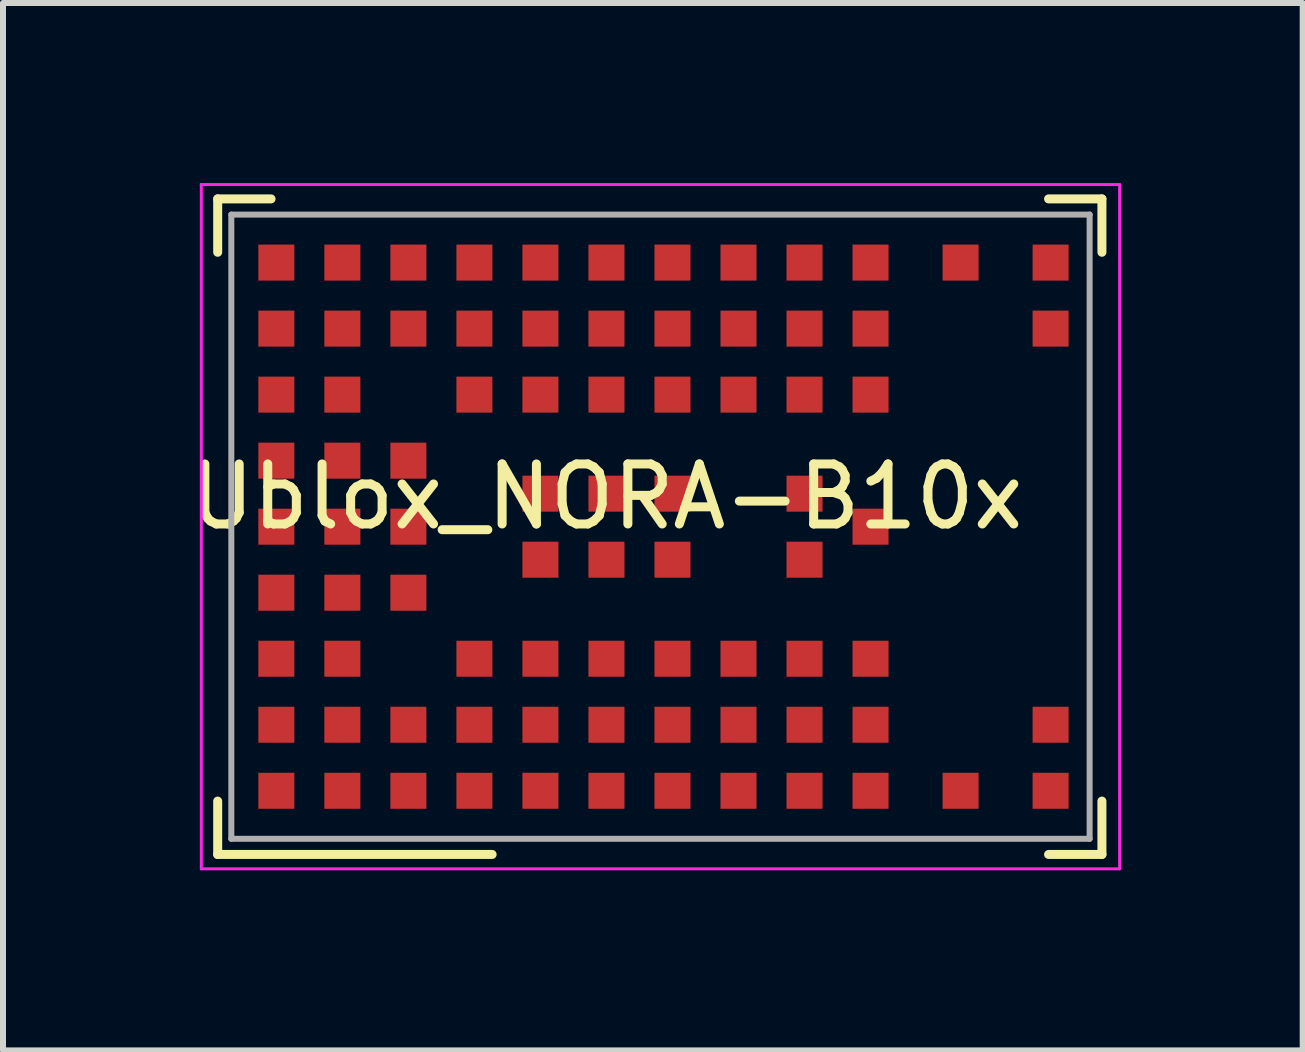
<source format=kicad_pcb>
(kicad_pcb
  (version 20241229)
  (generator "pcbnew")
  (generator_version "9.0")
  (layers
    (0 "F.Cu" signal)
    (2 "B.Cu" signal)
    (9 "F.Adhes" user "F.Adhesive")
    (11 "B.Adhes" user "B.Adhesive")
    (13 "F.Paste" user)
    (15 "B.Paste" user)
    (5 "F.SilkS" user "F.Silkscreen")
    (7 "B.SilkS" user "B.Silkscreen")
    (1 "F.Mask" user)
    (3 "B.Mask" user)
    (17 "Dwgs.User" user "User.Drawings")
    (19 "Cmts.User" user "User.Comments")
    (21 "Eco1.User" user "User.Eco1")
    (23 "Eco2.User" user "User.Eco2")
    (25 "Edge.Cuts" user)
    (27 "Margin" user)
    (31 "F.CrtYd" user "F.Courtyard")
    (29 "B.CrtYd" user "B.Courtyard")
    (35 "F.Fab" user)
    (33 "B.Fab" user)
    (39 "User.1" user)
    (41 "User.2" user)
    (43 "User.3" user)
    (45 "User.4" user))
  (footprint "Ublox_NORA-B10x"
    (layer "F.Cu")
    (at 7.054 5.725)
    (property "Reference" "Ublox_NORA-B10x" (at 0 -0.5 0) (unlocked yes) (layer "F.SilkS") (effects (font (size 1 1) (thickness 0.15))))
    (attr smd)
    (fp_line (start -6.477 -5.461) (end -6.477 -4.572) (stroke (width 0.15) (type solid)) (layer "F.SilkS"))
    (fp_line (start -6.477 -5.461) (end -5.588 -5.461) (stroke (width 0.15) (type solid)) (layer "F.SilkS"))
    (fp_line (start -6.477 4.572) (end -6.477 5.461) (stroke (width 0.15) (type solid)) (layer "F.SilkS"))
    (fp_line (start -6.477 5.461) (end -1.905 5.461) (stroke (width 0.15) (type solid)) (layer "F.SilkS"))
    (fp_line (start 8.255 -5.461) (end 7.366 -5.461) (stroke (width 0.15) (type solid)) (layer "F.SilkS"))
    (fp_line (start 8.255 -5.461) (end 8.255 -4.572) (stroke (width 0.15) (type solid)) (layer "F.SilkS"))
    (fp_line (start 8.255 5.461) (end 7.366 5.461) (stroke (width 0.15) (type solid)) (layer "F.SilkS"))
    (fp_line (start 8.255 5.461) (end 8.255 4.572) (stroke (width 0.15) (type solid)) (layer "F.SilkS"))
    (fp_line (start -6.75 -5.7) (end 8.55 -5.7) (stroke (width 0.05) (type solid)) (layer "F.CrtYd"))
    (fp_line (start -6.75 5.7) (end -6.75 -5.7) (stroke (width 0.05) (type solid)) (layer "F.CrtYd"))
    (fp_line (start 8.55 -5.7) (end 8.55 5.7) (stroke (width 0.05) (type solid)) (layer "F.CrtYd"))
    (fp_line (start 8.55 5.7) (end -6.75 5.7) (stroke (width 0.05) (type solid)) (layer "F.CrtYd"))
    (fp_line (start -6.25 -5.2) (end -6.25 5.2) (stroke (width 0.1) (type solid)) (layer "F.Fab"))
    (fp_line (start -6.25 5.2) (end 8.05 5.2) (stroke (width 0.1) (type solid)) (layer "F.Fab"))
    (fp_line (start 8.05 -5.2) (end -6.25 -5.2) (stroke (width 0.1) (type solid)) (layer "F.Fab"))
    (fp_line (start 8.05 5.2) (end 8.05 -5.2) (stroke (width 0.1) (type solid)) (layer "F.Fab"))
    (pad "A1" smd rect (at -5.5 4.4) (size 0.6 0.6) (layers "F.Cu" "F.Mask" "F.Paste"))
    (pad "A2" smd rect (at -5.5 3.3) (size 0.6 0.6) (layers "F.Cu" "F.Mask" "F.Paste"))
    (pad "A3" smd rect (at -5.5 2.2) (size 0.6 0.6) (layers "F.Cu" "F.Mask" "F.Paste"))
    (pad "A4" smd rect (at -5.5 1.1) (size 0.6 0.6) (layers "F.Cu" "F.Mask" "F.Paste"))
    (pad "A5" smd rect (at -5.5 0) (size 0.6 0.6) (layers "F.Cu" "F.Mask" "F.Paste"))
    (pad "A6" smd rect (at -5.5 -1.1) (size 0.6 0.6) (layers "F.Cu" "F.Mask" "F.Paste"))
    (pad "A7" smd rect (at -5.5 -2.2) (size 0.6 0.6) (layers "F.Cu" "F.Mask" "F.Paste"))
    (pad "A8" smd rect (at -5.5 -3.3) (size 0.6 0.6) (layers "F.Cu" "F.Mask" "F.Paste"))
    (pad "A9" smd rect (at -5.5 -4.4) (size 0.6 0.6) (layers "F.Cu" "F.Mask" "F.Paste"))
    (pad "B1" smd rect (at -4.4 4.4) (size 0.6 0.6) (layers "F.Cu" "F.Mask" "F.Paste"))
    (pad "B2" smd rect (at -4.4 3.3) (size 0.6 0.6) (layers "F.Cu" "F.Mask" "F.Paste"))
    (pad "B3" smd rect (at -4.4 2.2) (size 0.6 0.6) (layers "F.Cu" "F.Mask" "F.Paste"))
    (pad "B4" smd rect (at -4.4 1.1) (size 0.6 0.6) (layers "F.Cu" "F.Mask" "F.Paste"))
    (pad "B5" smd rect (at -4.4 0) (size 0.6 0.6) (layers "F.Cu" "F.Mask" "F.Paste"))
    (pad "B6" smd rect (at -4.4 -1.1) (size 0.6 0.6) (layers "F.Cu" "F.Mask" "F.Paste"))
    (pad "B7" smd rect (at -4.4 -2.2) (size 0.6 0.6) (layers "F.Cu" "F.Mask" "F.Paste"))
    (pad "B8" smd rect (at -4.4 -3.3) (size 0.6 0.6) (layers "F.Cu" "F.Mask" "F.Paste"))
    (pad "B9" smd rect (at -4.4 -4.4) (size 0.6 0.6) (layers "F.Cu" "F.Mask" "F.Paste"))
    (pad "C1" smd rect (at -3.3 4.4 180) (size 0.6 0.6) (layers "F.Cu" "F.Mask" "F.Paste"))
    (pad "C2" smd rect (at -3.3 3.3 180) (size 0.6 0.6) (layers "F.Cu" "F.Mask" "F.Paste"))
    (pad "C4" smd rect (at -3.3 1.1) (size 0.6 0.6) (layers "F.Cu" "F.Mask" "F.Paste"))
    (pad "C5" smd rect (at -3.3 0) (size 0.6 0.6) (layers "F.Cu" "F.Mask" "F.Paste"))
    (pad "C6" smd rect (at -3.3 -1.1) (size 0.6 0.6) (layers "F.Cu" "F.Mask" "F.Paste"))
    (pad "C8" smd rect (at -3.3 -3.3) (size 0.6 0.6) (layers "F.Cu" "F.Mask" "F.Paste"))
    (pad "C9" smd rect (at -3.3 -4.4) (size 0.6 0.6) (layers "F.Cu" "F.Mask" "F.Paste"))
    (pad "D1" smd rect (at -2.2 4.4 180) (size 0.6 0.6) (layers "F.Cu" "F.Mask" "F.Paste"))
    (pad "D2" smd rect (at -2.2 3.3 180) (size 0.6 0.6) (layers "F.Cu" "F.Mask" "F.Paste"))
    (pad "D3" smd rect (at -2.2 2.2 180) (size 0.6 0.6) (layers "F.Cu" "F.Mask" "F.Paste"))
    (pad "D7" smd rect (at -2.2 -2.2) (size 0.6 0.6) (layers "F.Cu" "F.Mask" "F.Paste"))
    (pad "D8" smd rect (at -2.2 -3.3) (size 0.6 0.6) (layers "F.Cu" "F.Mask" "F.Paste"))
    (pad "D9" smd rect (at -2.2 -4.4) (size 0.6 0.6) (layers "F.Cu" "F.Mask" "F.Paste"))
    (pad "E1" smd rect (at -1.1 4.4 180) (size 0.6 0.6) (layers "F.Cu" "F.Mask" "F.Paste"))
    (pad "E2" smd rect (at -1.1 3.3 180) (size 0.6 0.6) (layers "F.Cu" "F.Mask" "F.Paste"))
    (pad "E3" smd rect (at -1.1 2.2 180) (size 0.6 0.6) (layers "F.Cu" "F.Mask" "F.Paste"))
    (pad "E4" smd rect (at -1.1 0.55) (size 0.6 0.6) (layers "F.Cu" "F.Mask" "F.Paste"))
    (pad "E5" smd rect (at -1.1 -0.55) (size 0.6 0.6) (layers "F.Cu" "F.Mask" "F.Paste"))
    (pad "E7" smd rect (at -1.1 -2.2) (size 0.6 0.6) (layers "F.Cu" "F.Mask" "F.Paste"))
    (pad "E8" smd rect (at -1.1 -3.3) (size 0.6 0.6) (layers "F.Cu" "F.Mask" "F.Paste"))
    (pad "E9" smd rect (at -1.1 -4.4) (size 0.6 0.6) (layers "F.Cu" "F.Mask" "F.Paste"))
    (pad "F1" smd rect (at 0 4.4 180) (size 0.6 0.6) (layers "F.Cu" "F.Mask" "F.Paste"))
    (pad "F2" smd rect (at 0 3.3 180) (size 0.6 0.6) (layers "F.Cu" "F.Mask" "F.Paste"))
    (pad "F3" smd rect (at 0 2.2 180) (size 0.6 0.6) (layers "F.Cu" "F.Mask" "F.Paste"))
    (pad "F4" smd rect (at 0 0.55) (size 0.6 0.6) (layers "F.Cu" "F.Mask" "F.Paste"))
    (pad "F5" smd rect (at 0 -0.55) (size 0.6 0.6) (layers "F.Cu" "F.Mask" "F.Paste"))
    (pad "F7" smd rect (at 0 -2.2) (size 0.6 0.6) (layers "F.Cu" "F.Mask" "F.Paste"))
    (pad "F8" smd rect (at 0 -3.3) (size 0.6 0.6) (layers "F.Cu" "F.Mask" "F.Paste"))
    (pad "F9" smd rect (at 0 -4.4) (size 0.6 0.6) (layers "F.Cu" "F.Mask" "F.Paste"))
    (pad "G1" smd rect (at 1.1 4.4 180) (size 0.6 0.6) (layers "F.Cu" "F.Mask" "F.Paste"))
    (pad "G2" smd rect (at 1.1 3.3 180) (size 0.6 0.6) (layers "F.Cu" "F.Mask" "F.Paste"))
    (pad "G3" smd rect (at 1.1 2.2 180) (size 0.6 0.6) (layers "F.Cu" "F.Mask" "F.Paste"))
    (pad "G4" smd rect (at 1.1 0.55) (size 0.6 0.6) (layers "F.Cu" "F.Mask" "F.Paste"))
    (pad "G5" smd rect (at 1.1 -0.55) (size 0.6 0.6) (layers "F.Cu" "F.Mask" "F.Paste"))
    (pad "G7" smd rect (at 1.1 -2.2) (size 0.6 0.6) (layers "F.Cu" "F.Mask" "F.Paste"))
    (pad "G8" smd rect (at 1.1 -3.3) (size 0.6 0.6) (layers "F.Cu" "F.Mask" "F.Paste"))
    (pad "G9" smd rect (at 1.1 -4.4) (size 0.6 0.6) (layers "F.Cu" "F.Mask" "F.Paste"))
    (pad "H1" smd rect (at 2.2 4.4 180) (size 0.6 0.6) (layers "F.Cu" "F.Mask" "F.Paste"))
    (pad "H2" smd rect (at 2.2 3.3 180) (size 0.6 0.6) (layers "F.Cu" "F.Mask" "F.Paste"))
    (pad "H3" smd rect (at 2.2 2.2 180) (size 0.6 0.6) (layers "F.Cu" "F.Mask" "F.Paste"))
    (pad "H7" smd rect (at 2.2 -2.2) (size 0.6 0.6) (layers "F.Cu" "F.Mask" "F.Paste"))
    (pad "H8" smd rect (at 2.2 -3.3) (size 0.6 0.6) (layers "F.Cu" "F.Mask" "F.Paste"))
    (pad "H9" smd rect (at 2.2 -4.4) (size 0.6 0.6) (layers "F.Cu" "F.Mask" "F.Paste"))
    (pad "J1" smd rect (at 3.3 4.4 180) (size 0.6 0.6) (layers "F.Cu" "F.Mask" "F.Paste"))
    (pad "J2" smd rect (at 3.3 3.3 180) (size 0.6 0.6) (layers "F.Cu" "F.Mask" "F.Paste"))
    (pad "J3" smd rect (at 3.3 2.2 180) (size 0.6 0.6) (layers "F.Cu" "F.Mask" "F.Paste"))
    (pad "J4" smd rect (at 3.3 0.55) (size 0.6 0.6) (layers "F.Cu" "F.Mask" "F.Paste"))
    (pad "J5" smd rect (at 3.3 -0.55) (size 0.6 0.6) (layers "F.Cu" "F.Mask" "F.Paste"))
    (pad "J7" smd rect (at 3.3 -2.2) (size 0.6 0.6) (layers "F.Cu" "F.Mask" "F.Paste"))
    (pad "J8" smd rect (at 3.3 -3.3) (size 0.6 0.6) (layers "F.Cu" "F.Mask" "F.Paste"))
    (pad "J9" smd rect (at 3.3 -4.4) (size 0.6 0.6) (layers "F.Cu" "F.Mask" "F.Paste"))
    (pad "K1" smd rect (at 4.4 4.4 180) (size 0.6 0.6) (layers "F.Cu" "F.Mask" "F.Paste"))
    (pad "K2" smd rect (at 4.4 3.3 180) (size 0.6 0.6) (layers "F.Cu" "F.Mask" "F.Paste"))
    (pad "K3" smd rect (at 4.4 2.2 180) (size 0.6 0.6) (layers "F.Cu" "F.Mask" "F.Paste"))
    (pad "K5" smd rect (at 4.4 0) (size 0.6 0.6) (layers "F.Cu" "F.Mask" "F.Paste"))
    (pad "K7" smd rect (at 4.4 -2.2) (size 0.6 0.6) (layers "F.Cu" "F.Mask" "F.Paste"))
    (pad "K8" smd rect (at 4.4 -3.3) (size 0.6 0.6) (layers "F.Cu" "F.Mask" "F.Paste"))
    (pad "K9" smd rect (at 4.4 -4.4) (size 0.6 0.6) (layers "F.Cu" "F.Mask" "F.Paste"))
    (pad "L1" smd rect (at 5.9 4.4 270) (size 0.6 0.6) (layers "F.Cu" "F.Mask" "F.Paste"))
    (pad "L9" smd rect (at 5.9 -4.4) (size 0.6 0.6) (layers "F.Cu" "F.Mask" "F.Paste"))
    (pad "M1" smd rect (at 7.4 4.4 270) (size 0.6 0.6) (layers "F.Cu" "F.Mask" "F.Paste"))
    (pad "M2" smd rect (at 7.4 3.3 270) (size 0.6 0.6) (layers "F.Cu" "F.Mask" "F.Paste"))
    (pad "M8" smd rect (at 7.4 -3.3) (size 0.6 0.6) (layers "F.Cu" "F.Mask" "F.Paste"))
    (pad "M9" smd rect (at 7.4 -4.4) (size 0.6 0.6) (layers "F.Cu" "F.Mask" "F.Paste"))
    (zone (net_name "") (layers "F.Cu" "B.Cu") (hatch edge 0.508) (connect_pads) (min_thickness 0.254) (filled_areas_thickness no) (keepout (tracks not_allowed) (vias not_allowed) (pads not_allowed) (copperpour not_allowed) (footprints not_allowed)) (placement (enabled no)) (fill) (polygon (pts (xy 15.654 10.925) (xy 14.954 10.925) (xy 14.954 8.725) (xy 14.154 8.725) (xy 14.154 9.825) (xy 11.754 9.825) (xy 11.754 1.625) (xy 13.754 1.625) (xy 13.754 2.725) (xy 14.954 2.725) (xy 14.954 0.525) (xy 15.654 0.525)))))
  (gr_rect
    (start -3 -3)
    (end 18.654 14.45)
    (stroke (width 0.1) (type default))
    (fill no)
    (layer "Edge.Cuts")))
</source>
